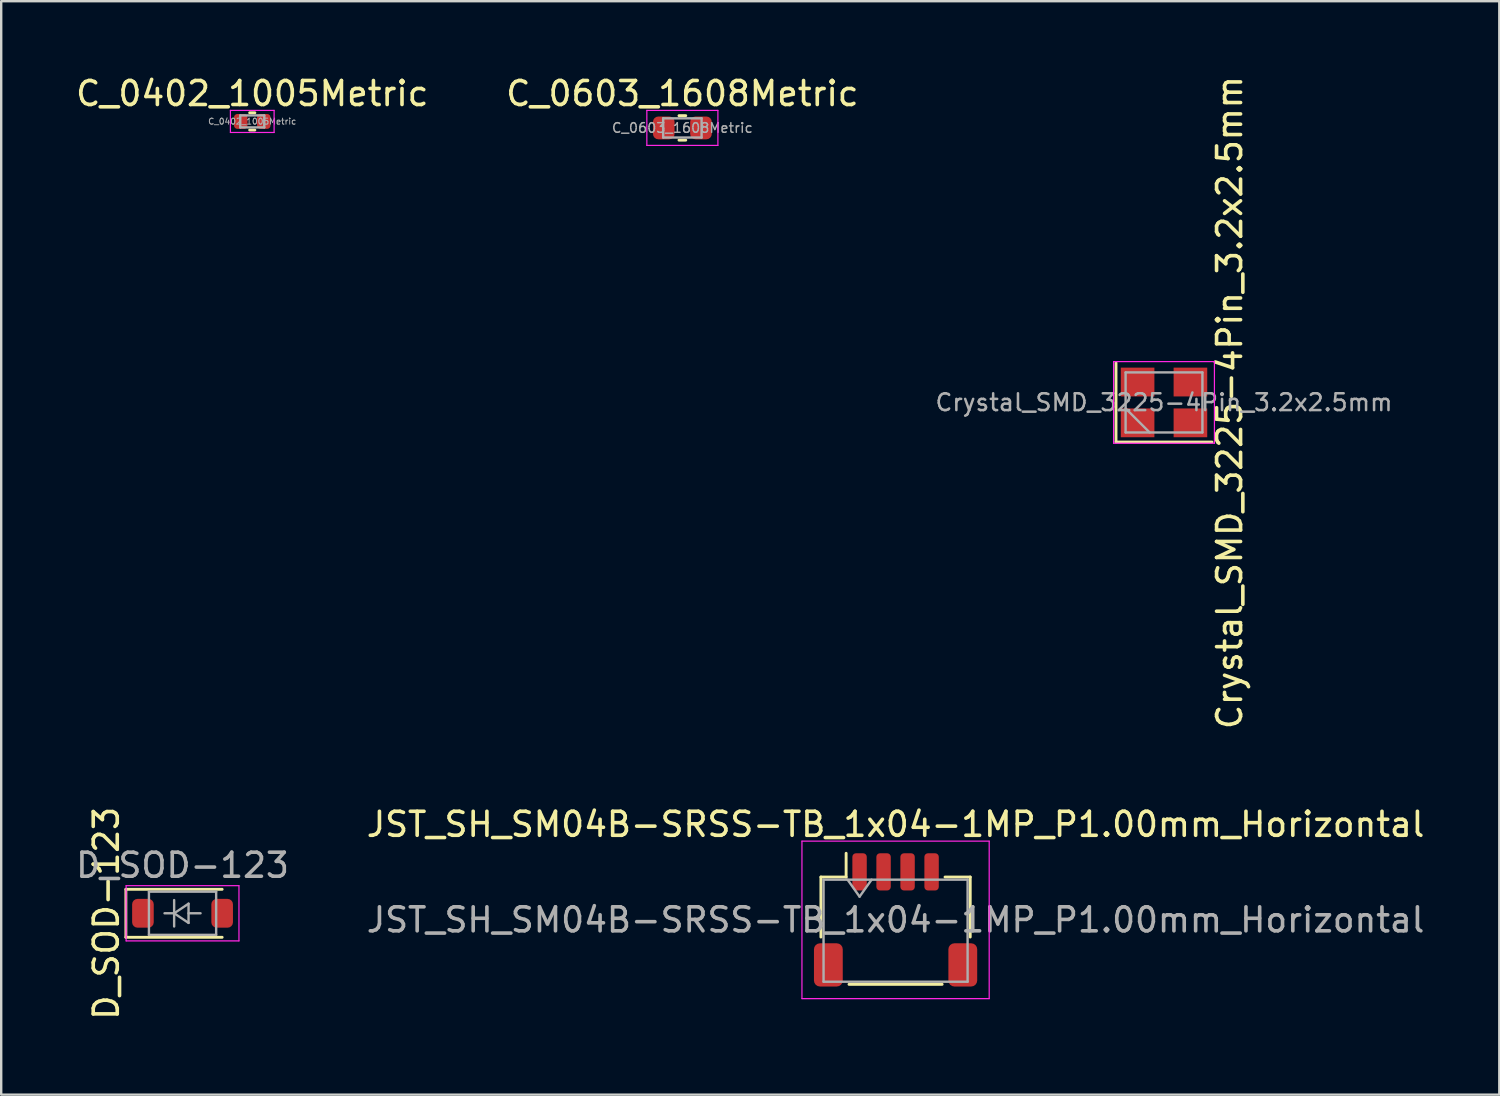
<source format=kicad_pcb>
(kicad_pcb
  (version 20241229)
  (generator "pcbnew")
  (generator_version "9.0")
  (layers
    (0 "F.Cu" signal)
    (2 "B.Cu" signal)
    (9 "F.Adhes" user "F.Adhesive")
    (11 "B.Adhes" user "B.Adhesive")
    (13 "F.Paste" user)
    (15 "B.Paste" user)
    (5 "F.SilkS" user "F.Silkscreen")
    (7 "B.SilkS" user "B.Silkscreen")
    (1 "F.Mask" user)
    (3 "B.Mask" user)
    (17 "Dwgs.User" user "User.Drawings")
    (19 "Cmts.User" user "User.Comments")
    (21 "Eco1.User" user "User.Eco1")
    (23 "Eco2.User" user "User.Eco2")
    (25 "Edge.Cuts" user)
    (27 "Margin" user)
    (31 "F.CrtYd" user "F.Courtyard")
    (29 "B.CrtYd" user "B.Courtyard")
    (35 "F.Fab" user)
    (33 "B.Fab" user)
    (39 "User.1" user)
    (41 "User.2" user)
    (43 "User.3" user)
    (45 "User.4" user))
  (footprint "D_SOD-123"
    (layer "F.Cu")
    (at 4.554 34.994)
    (property "Reference" "D_SOD-123" (at -3.175 0 90) (layer "F.SilkS") (effects (font (size 1 1) (thickness 0.15))))
    (attr smd)
    (fp_line (start -2.36 -1) (end -2.36 1) (stroke (width 0.12) (type solid)) (layer "F.SilkS"))
    (fp_line (start -2.36 -1) (end 1.65 -1) (stroke (width 0.12) (type solid)) (layer "F.SilkS"))
    (fp_line (start -2.36 1) (end 1.65 1) (stroke (width 0.12) (type solid)) (layer "F.SilkS"))
    (fp_line (start -2.35 -1.15) (end -2.35 1.15) (stroke (width 0.05) (type solid)) (layer "F.CrtYd"))
    (fp_line (start -2.35 -1.15) (end 2.35 -1.15) (stroke (width 0.05) (type solid)) (layer "F.CrtYd"))
    (fp_line (start 2.35 -1.15) (end 2.35 1.15) (stroke (width 0.05) (type solid)) (layer "F.CrtYd"))
    (fp_line (start 2.35 1.15) (end -2.35 1.15) (stroke (width 0.05) (type solid)) (layer "F.CrtYd"))
    (fp_line (start -1.4 -0.9) (end 1.4 -0.9) (stroke (width 0.1) (type solid)) (layer "F.Fab"))
    (fp_line (start -1.4 0.9) (end -1.4 -0.9) (stroke (width 0.1) (type solid)) (layer "F.Fab"))
    (fp_line (start -0.75 0) (end -0.35 0) (stroke (width 0.1) (type solid)) (layer "F.Fab"))
    (fp_line (start -0.35 0) (end -0.35 -0.55) (stroke (width 0.1) (type solid)) (layer "F.Fab"))
    (fp_line (start -0.35 0) (end -0.35 0.55) (stroke (width 0.1) (type solid)) (layer "F.Fab"))
    (fp_line (start -0.35 0) (end 0.25 -0.4) (stroke (width 0.1) (type solid)) (layer "F.Fab"))
    (fp_line (start 0.25 -0.4) (end 0.25 0.4) (stroke (width 0.1) (type solid)) (layer "F.Fab"))
    (fp_line (start 0.25 0) (end 0.75 0) (stroke (width 0.1) (type solid)) (layer "F.Fab"))
    (fp_line (start 0.25 0.4) (end -0.35 0) (stroke (width 0.1) (type solid)) (layer "F.Fab"))
    (fp_line (start 1.4 -0.9) (end 1.4 0.9) (stroke (width 0.1) (type solid)) (layer "F.Fab"))
    (fp_line (start 1.4 0.9) (end -1.4 0.9) (stroke (width 0.1) (type solid)) (layer "F.Fab"))
    (fp_text user "${REFERENCE}" (at 0 -2 0) (layer "F.Fab") (effects (font (size 1 1) (thickness 0.15))))
    (pad "1" smd roundrect (at -1.65 0 180) (size 0.9 1.2) (layers "F.Cu" "F.Mask" "F.Paste") (roundrect_rratio 0.25))
    (pad "2" smd roundrect (at 1.65 0 180) (size 0.9 1.2) (layers "F.Cu" "F.Mask" "F.Paste") (roundrect_rratio 0.25)))
  (footprint "C_0603_1608Metric"
    (layer "F.Cu")
    (at 25.375 2.278)
    (property "Reference" "C_0603_1608Metric" (at 0 -1.43 0) (layer "F.SilkS") (effects (font (size 1 1) (thickness 0.15))))
    (attr smd)
    (fp_line (start -0.141 -0.51) (end 0.141 -0.51) (stroke (width 0.12) (type solid)) (layer "F.SilkS"))
    (fp_line (start -0.141 0.51) (end 0.141 0.51) (stroke (width 0.12) (type solid)) (layer "F.SilkS"))
    (fp_line (start -1.48 -0.73) (end 1.48 -0.73) (stroke (width 0.05) (type solid)) (layer "F.CrtYd"))
    (fp_line (start -1.48 0.73) (end -1.48 -0.73) (stroke (width 0.05) (type solid)) (layer "F.CrtYd"))
    (fp_line (start 1.48 -0.73) (end 1.48 0.73) (stroke (width 0.05) (type solid)) (layer "F.CrtYd"))
    (fp_line (start 1.48 0.73) (end -1.48 0.73) (stroke (width 0.05) (type solid)) (layer "F.CrtYd"))
    (fp_line (start -0.8 -0.4) (end 0.8 -0.4) (stroke (width 0.1) (type solid)) (layer "F.Fab"))
    (fp_line (start -0.8 0.4) (end -0.8 -0.4) (stroke (width 0.1) (type solid)) (layer "F.Fab"))
    (fp_line (start 0.8 -0.4) (end 0.8 0.4) (stroke (width 0.1) (type solid)) (layer "F.Fab"))
    (fp_line (start 0.8 0.4) (end -0.8 0.4) (stroke (width 0.1) (type solid)) (layer "F.Fab"))
    (fp_text user "${REFERENCE}" (at 0 0 0) (layer "F.Fab") (effects (font (size 0.4 0.4) (thickness 0.06))))
    (pad "1" smd roundrect (at -0.775 0 180) (size 0.9 0.95) (layers "F.Cu" "F.Mask" "F.Paste") (roundrect_rratio 0.25))
    (pad "2" smd roundrect (at 0.775 0 180) (size 0.9 0.95) (layers "F.Cu" "F.Mask" "F.Paste") (roundrect_rratio 0.25)))
  (footprint "C_0402_1005Metric"
    (layer "F.Cu")
    (at 7.458 2.008)
    (property "Reference" "C_0402_1005Metric" (at 0 -1.16 0) (layer "F.SilkS") (effects (font (size 1 1) (thickness 0.15))))
    (attr smd)
    (fp_line (start -0.108 -0.36) (end 0.108 -0.36) (stroke (width 0.12) (type solid)) (layer "F.SilkS"))
    (fp_line (start -0.108 0.36) (end 0.108 0.36) (stroke (width 0.12) (type solid)) (layer "F.SilkS"))
    (fp_line (start -0.91 -0.46) (end 0.91 -0.46) (stroke (width 0.05) (type solid)) (layer "F.CrtYd"))
    (fp_line (start -0.91 0.46) (end -0.91 -0.46) (stroke (width 0.05) (type solid)) (layer "F.CrtYd"))
    (fp_line (start 0.91 -0.46) (end 0.91 0.46) (stroke (width 0.05) (type solid)) (layer "F.CrtYd"))
    (fp_line (start 0.91 0.46) (end -0.91 0.46) (stroke (width 0.05) (type solid)) (layer "F.CrtYd"))
    (fp_line (start -0.5 -0.25) (end 0.5 -0.25) (stroke (width 0.1) (type solid)) (layer "F.Fab"))
    (fp_line (start -0.5 0.25) (end -0.5 -0.25) (stroke (width 0.1) (type solid)) (layer "F.Fab"))
    (fp_line (start 0.5 -0.25) (end 0.5 0.25) (stroke (width 0.1) (type solid)) (layer "F.Fab"))
    (fp_line (start 0.5 0.25) (end -0.5 0.25) (stroke (width 0.1) (type solid)) (layer "F.Fab"))
    (fp_text user "${REFERENCE}" (at 0 0 0) (layer "F.Fab") (effects (font (size 0.25 0.25) (thickness 0.04))))
    (pad "1" smd roundrect (at -0.48 0 180) (size 0.56 0.62) (layers "F.Cu" "F.Mask" "F.Paste") (roundrect_rratio 0.25))
    (pad "2" smd roundrect (at 0.48 0 180) (size 0.56 0.62) (layers "F.Cu" "F.Mask" "F.Paste") (roundrect_rratio 0.25)))
  (footprint "JST_SH_SM04B-SRSS-TB_1x04-1MP_P1.00mm_Horizontal"
    (layer "F.Cu")
    (at 34.256 35.269)
    (property "Reference" "JST_SH_SM04B-SRSS-TB_1x04-1MP_P1.00mm_Horizontal" (at 0 -3.98 0) (layer "F.SilkS") (effects (font (size 1 1) (thickness 0.15))))
    (attr smd)
    (fp_line (start -3.11 -1.785) (end -2.06 -1.785) (stroke (width 0.12) (type solid)) (layer "F.SilkS"))
    (fp_line (start -3.11 0.715) (end -3.11 -1.785) (stroke (width 0.12) (type solid)) (layer "F.SilkS"))
    (fp_line (start -2.06 -1.785) (end -2.06 -2.775) (stroke (width 0.12) (type solid)) (layer "F.SilkS"))
    (fp_line (start -1.94 2.685) (end 1.94 2.685) (stroke (width 0.12) (type solid)) (layer "F.SilkS"))
    (fp_line (start 3.11 -1.785) (end 2.06 -1.785) (stroke (width 0.12) (type solid)) (layer "F.SilkS"))
    (fp_line (start 3.11 0.715) (end 3.11 -1.785) (stroke (width 0.12) (type solid)) (layer "F.SilkS"))
    (fp_line (start -3.9 -3.28) (end -3.9 3.28) (stroke (width 0.05) (type solid)) (layer "F.CrtYd"))
    (fp_line (start -3.9 3.28) (end 3.9 3.28) (stroke (width 0.05) (type solid)) (layer "F.CrtYd"))
    (fp_line (start 3.9 -3.28) (end -3.9 -3.28) (stroke (width 0.05) (type solid)) (layer "F.CrtYd"))
    (fp_line (start 3.9 3.28) (end 3.9 -3.28) (stroke (width 0.05) (type solid)) (layer "F.CrtYd"))
    (fp_line (start -3 -1.675) (end -3 2.575) (stroke (width 0.1) (type solid)) (layer "F.Fab"))
    (fp_line (start -3 -1.675) (end 3 -1.675) (stroke (width 0.1) (type solid)) (layer "F.Fab"))
    (fp_line (start -3 2.575) (end 3 2.575) (stroke (width 0.1) (type solid)) (layer "F.Fab"))
    (fp_line (start -2 -1.675) (end -1.5 -0.968) (stroke (width 0.1) (type solid)) (layer "F.Fab"))
    (fp_line (start -1.5 -0.968) (end -1 -1.675) (stroke (width 0.1) (type solid)) (layer "F.Fab"))
    (fp_line (start 3 -1.675) (end 3 2.575) (stroke (width 0.1) (type solid)) (layer "F.Fab"))
    (fp_text user "${REFERENCE}" (at 0 0 0) (layer "F.Fab") (effects (font (size 1 1) (thickness 0.15))))
    (pad "1" smd roundrect (at -1.5 -2 180) (size 0.6 1.55) (layers "F.Cu" "F.Mask" "F.Paste") (roundrect_rratio 0.25))
    (pad "2" smd roundrect (at -0.5 -2 180) (size 0.6 1.55) (layers "F.Cu" "F.Mask" "F.Paste") (roundrect_rratio 0.25))
    (pad "3" smd roundrect (at 0.5 -2 180) (size 0.6 1.55) (layers "F.Cu" "F.Mask" "F.Paste") (roundrect_rratio 0.25))
    (pad "4" smd roundrect (at 1.5 -2 180) (size 0.6 1.55) (layers "F.Cu" "F.Mask" "F.Paste") (roundrect_rratio 0.25))
    (pad "MP" smd roundrect (at -2.8 1.875 180) (size 1.2 1.8) (layers "F.Cu" "F.Mask" "F.Paste") (roundrect_rratio 0.208))
    (pad "MP" smd roundrect (at 2.8 1.875 180) (size 1.2 1.8) (layers "F.Cu" "F.Mask" "F.Paste") (roundrect_rratio 0.208)))
  (footprint "Crystal_SMD_3225-4Pin_3.2x2.5mm"
    (layer "F.Cu")
    (at 45.438 13.714)
    (property "Reference" "Crystal_SMD_3225-4Pin_3.2x2.5mm" (at 2.734 0.006 90) (layer "F.SilkS") (effects (font (size 1 1) (thickness 0.15))))
    (attr smd)
    (fp_line (start -2 -1.65) (end -2 1.65) (stroke (width 0.12) (type solid)) (layer "F.SilkS"))
    (fp_line (start -2 1.65) (end 2 1.65) (stroke (width 0.12) (type solid)) (layer "F.SilkS"))
    (fp_line (start -2.1 -1.7) (end -2.1 1.7) (stroke (width 0.05) (type solid)) (layer "F.CrtYd"))
    (fp_line (start -2.1 1.7) (end 2.1 1.7) (stroke (width 0.05) (type solid)) (layer "F.CrtYd"))
    (fp_line (start 2.1 -1.7) (end -2.1 -1.7) (stroke (width 0.05) (type solid)) (layer "F.CrtYd"))
    (fp_line (start 2.1 1.7) (end 2.1 -1.7) (stroke (width 0.05) (type solid)) (layer "F.CrtYd"))
    (fp_line (start -1.6 -1.25) (end -1.6 1.25) (stroke (width 0.1) (type solid)) (layer "F.Fab"))
    (fp_line (start -1.6 0.25) (end -0.6 1.25) (stroke (width 0.1) (type solid)) (layer "F.Fab"))
    (fp_line (start -1.6 1.25) (end 1.6 1.25) (stroke (width 0.1) (type solid)) (layer "F.Fab"))
    (fp_line (start 1.6 -1.25) (end -1.6 -1.25) (stroke (width 0.1) (type solid)) (layer "F.Fab"))
    (fp_line (start 1.6 1.25) (end 1.6 -1.25) (stroke (width 0.1) (type solid)) (layer "F.Fab"))
    (fp_text user "${REFERENCE}" (at 0 0 0) (layer "F.Fab") (effects (font (size 0.7 0.7) (thickness 0.105))))
    (pad "1" smd rect (at -1.1 0.85 180) (size 1.4 1.2) (layers "F.Cu" "F.Mask" "F.Paste"))
    (pad "2" smd rect (at 1.1 0.85 180) (size 1.4 1.2) (layers "F.Cu" "F.Mask" "F.Paste"))
    (pad "3" smd rect (at 1.1 -0.85 180) (size 1.4 1.2) (layers "F.Cu" "F.Mask" "F.Paste"))
    (pad "4" smd rect (at -1.1 -0.85 180) (size 1.4 1.2) (layers "F.Cu" "F.Mask" "F.Paste")))
  (gr_rect
    (start -3 -3)
    (end 59.405 42.548)
    (stroke (width 0.1) (type default))
    (fill no)
    (layer "Edge.Cuts")))
</source>
